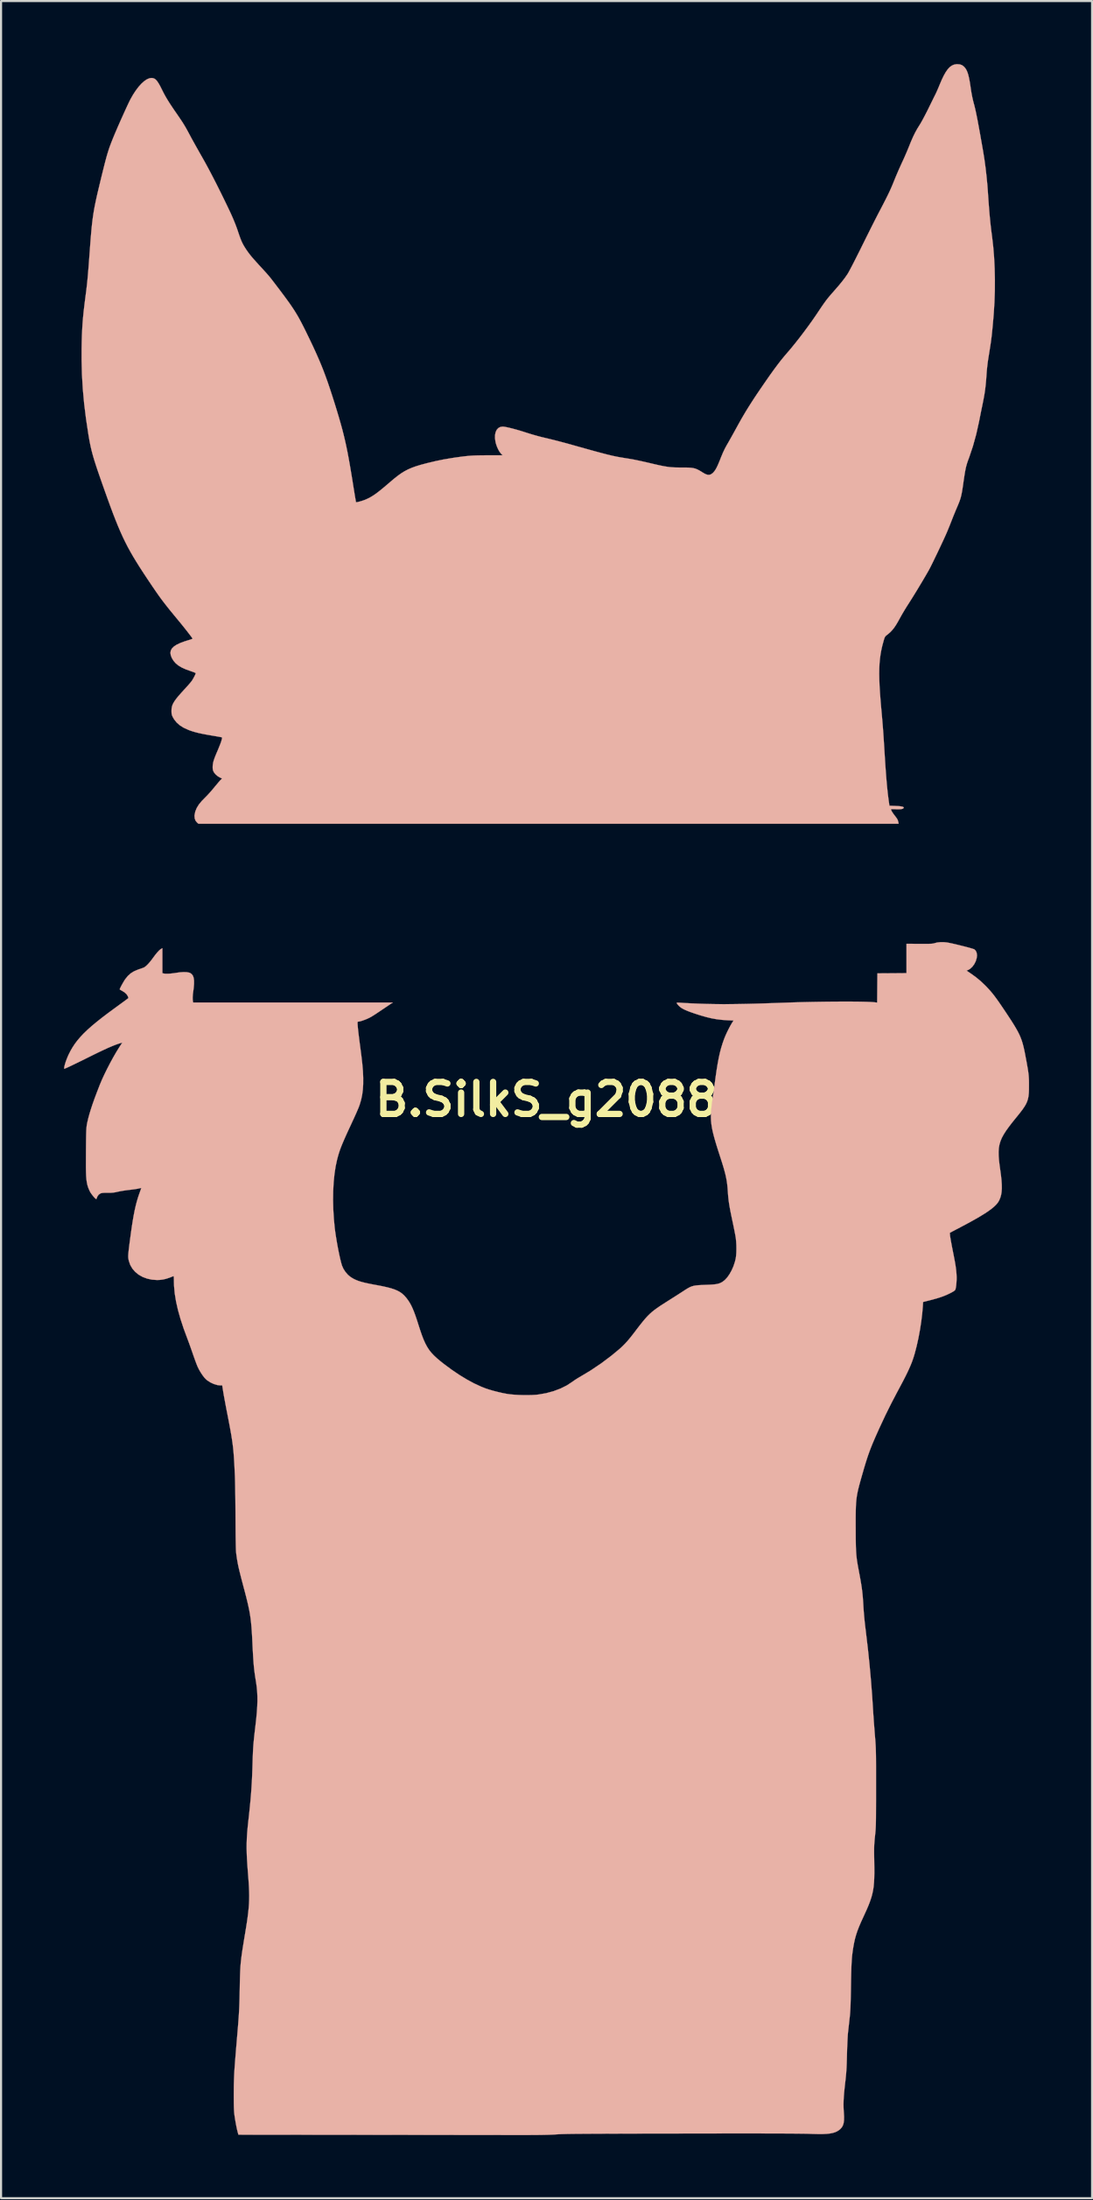
<source format=kicad_pcb>
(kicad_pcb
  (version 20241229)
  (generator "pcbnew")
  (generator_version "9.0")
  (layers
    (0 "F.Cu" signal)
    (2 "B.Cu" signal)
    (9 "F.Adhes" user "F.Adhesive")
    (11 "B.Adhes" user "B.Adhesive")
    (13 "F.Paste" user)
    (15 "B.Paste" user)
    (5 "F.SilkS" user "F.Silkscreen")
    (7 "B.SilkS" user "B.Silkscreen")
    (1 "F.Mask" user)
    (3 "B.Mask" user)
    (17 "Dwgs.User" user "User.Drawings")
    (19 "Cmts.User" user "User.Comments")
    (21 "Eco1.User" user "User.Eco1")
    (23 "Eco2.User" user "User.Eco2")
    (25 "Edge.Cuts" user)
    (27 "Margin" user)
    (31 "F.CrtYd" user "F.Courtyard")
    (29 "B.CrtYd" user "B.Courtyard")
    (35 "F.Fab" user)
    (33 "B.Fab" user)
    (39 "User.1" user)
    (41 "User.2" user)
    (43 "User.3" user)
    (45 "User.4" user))
  (footprint "B.SilkS_g2088"
    (layer "F.Cu")
    (at 22.97 49.281)
    (property "Reference" "B.SilkS_g2088" (at 0 0 0) (layer "F.SilkS") (effects (font (size 1.524 1.524) (thickness 0.3))))
    (attr through_hole)
    (fp_poly (pts (xy 19.688 -49.265) (xy 19.789 -49.229) (xy 19.877 -49.162) (xy 19.892 -49.147) (xy 19.95 -49.079) (xy 20 -48.997) (xy 20.044 -48.897) (xy 20.084 -48.774) (xy 20.12 -48.624) (xy 20.155 -48.443) (xy 20.189 -48.226) (xy 20.202 -48.133) (xy 20.237 -47.91) (xy 20.279 -47.691) (xy 20.325 -47.493) (xy 20.34 -47.438) (xy 20.366 -47.344) (xy 20.391 -47.245) (xy 20.416 -47.14) (xy 20.442 -47.024) (xy 20.469 -46.894) (xy 20.499 -46.747) (xy 20.532 -46.58) (xy 20.567 -46.39) (xy 20.607 -46.173) (xy 20.652 -45.927) (xy 20.701 -45.647) (xy 20.757 -45.33) (xy 20.796 -45.106) (xy 20.855 -44.738) (xy 20.909 -44.34) (xy 20.956 -43.926) (xy 20.996 -43.508) (xy 21.018 -43.212) (xy 21.039 -42.9) (xy 21.059 -42.624) (xy 21.078 -42.378) (xy 21.096 -42.157) (xy 21.115 -41.953) (xy 21.134 -41.761) (xy 21.154 -41.575) (xy 21.176 -41.389) (xy 21.201 -41.196) (xy 21.22 -41.053) (xy 21.274 -40.583) (xy 21.315 -40.082) (xy 21.341 -39.56) (xy 21.353 -39.024) (xy 21.35 -38.486) (xy 21.332 -37.953) (xy 21.3 -37.434) (xy 21.295 -37.37) (xy 21.272 -37.096) (xy 21.251 -36.858) (xy 21.231 -36.651) (xy 21.213 -36.47) (xy 21.195 -36.309) (xy 21.177 -36.163) (xy 21.158 -36.025) (xy 21.138 -35.89) (xy 21.135 -35.872) (xy 21.111 -35.721) (xy 21.084 -35.549) (xy 21.056 -35.376) (xy 21.032 -35.224) (xy 21.03 -35.21) (xy 21.009 -35.066) (xy 20.989 -34.898) (xy 20.971 -34.724) (xy 20.958 -34.562) (xy 20.955 -34.517) (xy 20.936 -34.246) (xy 20.913 -34.005) (xy 20.887 -33.78) (xy 20.854 -33.559) (xy 20.812 -33.33) (xy 20.773 -33.132) (xy 20.738 -32.961) (xy 20.699 -32.772) (xy 20.66 -32.578) (xy 20.624 -32.396) (xy 20.596 -32.255) (xy 20.463 -31.659) (xy 20.306 -31.091) (xy 20.126 -30.555) (xy 20.094 -30.471) (xy 20.053 -30.358) (xy 20.018 -30.25) (xy 19.987 -30.139) (xy 19.959 -30.02) (xy 19.933 -29.883) (xy 19.906 -29.721) (xy 19.877 -29.528) (xy 19.864 -29.443) (xy 19.835 -29.235) (xy 19.809 -29.063) (xy 19.785 -28.919) (xy 19.761 -28.797) (xy 19.736 -28.69) (xy 19.708 -28.59) (xy 19.675 -28.492) (xy 19.635 -28.388) (xy 19.587 -28.271) (xy 19.536 -28.152) (xy 19.482 -28.024) (xy 19.42 -27.873) (xy 19.356 -27.716) (xy 19.299 -27.57) (xy 19.286 -27.537) (xy 19.233 -27.402) (xy 19.175 -27.257) (xy 19.118 -27.118) (xy 19.068 -26.998) (xy 19.054 -26.966) (xy 19.007 -26.859) (xy 18.946 -26.726) (xy 18.876 -26.573) (xy 18.798 -26.406) (xy 18.715 -26.23) (xy 18.63 -26.051) (xy 18.545 -25.875) (xy 18.464 -25.707) (xy 18.389 -25.552) (xy 18.322 -25.417) (xy 18.267 -25.308) (xy 18.225 -25.229) (xy 18.215 -25.209) (xy 18.121 -25.045) (xy 18.012 -24.858) (xy 17.893 -24.656) (xy 17.768 -24.448) (xy 17.643 -24.24) (xy 17.521 -24.042) (xy 17.408 -23.859) (xy 17.308 -23.701) (xy 17.251 -23.611) (xy 17.162 -23.473) (xy 17.069 -23.322) (xy 16.978 -23.17) (xy 16.897 -23.03) (xy 16.838 -22.924) (xy 16.733 -22.733) (xy 16.638 -22.575) (xy 16.549 -22.444) (xy 16.46 -22.334) (xy 16.368 -22.238) (xy 16.266 -22.15) (xy 16.222 -22.115) (xy 16.174 -22.078) (xy 16.14 -22.045) (xy 16.115 -22.006) (xy 16.092 -21.953) (xy 16.067 -21.874) (xy 16.048 -21.806) (xy 15.992 -21.6) (xy 15.946 -21.396) (xy 15.909 -21.19) (xy 15.88 -20.977) (xy 15.859 -20.754) (xy 15.848 -20.517) (xy 15.844 -20.262) (xy 15.849 -19.984) (xy 15.861 -19.679) (xy 15.882 -19.345) (xy 15.91 -18.976) (xy 15.938 -18.648) (xy 15.959 -18.418) (xy 15.977 -18.217) (xy 15.992 -18.037) (xy 16.006 -17.87) (xy 16.019 -17.711) (xy 16.031 -17.55) (xy 16.043 -17.383) (xy 16.055 -17.201) (xy 16.068 -16.998) (xy 16.083 -16.766) (xy 16.098 -16.521) (xy 16.121 -16.151) (xy 16.143 -15.819) (xy 16.165 -15.521) (xy 16.186 -15.252) (xy 16.207 -15.008) (xy 16.229 -14.785) (xy 16.251 -14.577) (xy 16.275 -14.382) (xy 16.3 -14.194) (xy 16.305 -14.161) (xy 16.331 -13.981) (xy 16.627 -13.969) (xy 16.779 -13.961) (xy 16.891 -13.949) (xy 16.965 -13.932) (xy 17.005 -13.91) (xy 17.013 -13.882) (xy 17.012 -13.879) (xy 16.979 -13.844) (xy 16.906 -13.821) (xy 16.796 -13.811) (xy 16.648 -13.813) (xy 16.632 -13.814) (xy 16.539 -13.818) (xy 16.465 -13.819) (xy 16.417 -13.817) (xy 16.404 -13.813) (xy 16.418 -13.765) (xy 16.455 -13.693) (xy 16.511 -13.608) (xy 16.573 -13.525) (xy 16.645 -13.432) (xy 16.695 -13.36) (xy 16.727 -13.298) (xy 16.746 -13.238) (xy 16.754 -13.202) (xy 16.769 -13.123) (xy -16.57 -13.123) (xy -16.634 -13.177) (xy -16.705 -13.263) (xy -16.748 -13.374) (xy -16.759 -13.5) (xy -16.756 -13.536) (xy -16.721 -13.706) (xy -16.653 -13.872) (xy -16.551 -14.038) (xy -16.412 -14.207) (xy -16.285 -14.336) (xy -16.198 -14.424) (xy -16.095 -14.533) (xy -15.988 -14.652) (xy -15.887 -14.77) (xy -15.848 -14.817) (xy -15.765 -14.918) (xy -15.684 -15.014) (xy -15.613 -15.099) (xy -15.557 -15.163) (xy -15.531 -15.19) (xy -15.447 -15.278) (xy -15.543 -15.321) (xy -15.646 -15.381) (xy -15.743 -15.461) (xy -15.821 -15.552) (xy -15.866 -15.633) (xy -15.888 -15.711) (xy -15.894 -15.801) (xy -15.891 -15.88) (xy -15.883 -15.959) (xy -15.869 -16.039) (xy -15.846 -16.126) (xy -15.812 -16.226) (xy -15.766 -16.348) (xy -15.705 -16.495) (xy -15.65 -16.623) (xy -15.6 -16.743) (xy -15.552 -16.863) (xy -15.511 -16.97) (xy -15.482 -17.055) (xy -15.474 -17.083) (xy -15.454 -17.158) (xy -15.445 -17.203) (xy -15.449 -17.226) (xy -15.463 -17.237) (xy -15.469 -17.239) (xy -15.5 -17.245) (xy -15.566 -17.258) (xy -15.66 -17.275) (xy -15.776 -17.295) (xy -15.906 -17.317) (xy -15.948 -17.324) (xy -16.188 -17.366) (xy -16.392 -17.405) (xy -16.567 -17.443) (xy -16.72 -17.482) (xy -16.857 -17.522) (xy -16.986 -17.566) (xy -17.046 -17.589) (xy -17.271 -17.691) (xy -17.458 -17.808) (xy -17.611 -17.943) (xy -17.732 -18.096) (xy -17.784 -18.186) (xy -17.819 -18.258) (xy -17.84 -18.318) (xy -17.85 -18.382) (xy -17.854 -18.467) (xy -17.854 -18.5) (xy -17.85 -18.595) (xy -17.836 -18.686) (xy -17.809 -18.774) (xy -17.766 -18.866) (xy -17.706 -18.965) (xy -17.625 -19.077) (xy -17.52 -19.205) (xy -17.39 -19.353) (xy -17.26 -19.496) (xy -17.165 -19.599) (xy -17.076 -19.698) (xy -16.998 -19.788) (xy -16.936 -19.861) (xy -16.898 -19.909) (xy -16.897 -19.911) (xy -16.854 -19.975) (xy -16.808 -20.054) (xy -16.764 -20.135) (xy -16.728 -20.21) (xy -16.706 -20.266) (xy -16.701 -20.289) (xy -16.719 -20.303) (xy -16.771 -20.327) (xy -16.848 -20.357) (xy -16.942 -20.389) (xy -16.949 -20.392) (xy -17.18 -20.475) (xy -17.373 -20.563) (xy -17.532 -20.659) (xy -17.66 -20.766) (xy -17.763 -20.887) (xy -17.84 -21.017) (xy -17.889 -21.144) (xy -17.905 -21.261) (xy -17.887 -21.368) (xy -17.832 -21.467) (xy -17.74 -21.558) (xy -17.61 -21.644) (xy -17.44 -21.725) (xy -17.23 -21.803) (xy -17.087 -21.848) (xy -16.994 -21.876) (xy -16.918 -21.901) (xy -16.867 -21.92) (xy -16.849 -21.93) (xy -16.862 -21.954) (xy -16.898 -22.007) (xy -16.956 -22.084) (xy -17.032 -22.183) (xy -17.122 -22.299) (xy -17.224 -22.428) (xy -17.335 -22.566) (xy -17.452 -22.71) (xy -17.571 -22.855) (xy -17.61 -22.902) (xy -17.78 -23.108) (xy -17.929 -23.29) (xy -18.061 -23.455) (xy -18.182 -23.61) (xy -18.297 -23.76) (xy -18.408 -23.911) (xy -18.522 -24.071) (xy -18.642 -24.244) (xy -18.774 -24.437) (xy -18.922 -24.657) (xy -19.008 -24.786) (xy -19.198 -25.074) (xy -19.371 -25.341) (xy -19.529 -25.593) (xy -19.675 -25.834) (xy -19.809 -26.067) (xy -19.936 -26.298) (xy -20.055 -26.531) (xy -20.171 -26.77) (xy -20.284 -27.02) (xy -20.397 -27.284) (xy -20.512 -27.568) (xy -20.632 -27.875) (xy -20.757 -28.21) (xy -20.891 -28.577) (xy -21.019 -28.935) (xy -21.134 -29.259) (xy -21.235 -29.547) (xy -21.324 -29.803) (xy -21.402 -30.032) (xy -21.469 -30.237) (xy -21.528 -30.422) (xy -21.578 -30.591) (xy -21.622 -30.748) (xy -21.661 -30.898) (xy -21.695 -31.043) (xy -21.726 -31.188) (xy -21.756 -31.338) (xy -21.784 -31.495) (xy -21.811 -31.655) (xy -21.924 -32.401) (xy -22.013 -33.12) (xy -22.077 -33.822) (xy -22.118 -34.514) (xy -22.135 -35.204) (xy -22.134 -35.729) (xy -22.128 -36.064) (xy -22.119 -36.368) (xy -22.106 -36.65) (xy -22.09 -36.92) (xy -22.068 -37.189) (xy -22.041 -37.466) (xy -22.007 -37.76) (xy -21.967 -38.083) (xy -21.949 -38.216) (xy -21.928 -38.38) (xy -21.908 -38.533) (xy -21.891 -38.681) (xy -21.874 -38.83) (xy -21.858 -38.985) (xy -21.843 -39.15) (xy -21.827 -39.331) (xy -21.81 -39.533) (xy -21.792 -39.761) (xy -21.773 -40.021) (xy -21.751 -40.317) (xy -21.748 -40.354) (xy -21.724 -40.685) (xy -21.701 -40.98) (xy -21.679 -41.243) (xy -21.657 -41.482) (xy -21.634 -41.701) (xy -21.609 -41.906) (xy -21.581 -42.103) (xy -21.55 -42.297) (xy -21.514 -42.495) (xy -21.472 -42.701) (xy -21.425 -42.922) (xy -21.37 -43.164) (xy -21.306 -43.431) (xy -21.234 -43.73) (xy -21.187 -43.925) (xy -21.122 -44.188) (xy -21.065 -44.416) (xy -21.015 -44.612) (xy -20.97 -44.782) (xy -20.928 -44.932) (xy -20.888 -45.067) (xy -20.849 -45.191) (xy -20.809 -45.31) (xy -20.765 -45.43) (xy -20.718 -45.554) (xy -20.669 -45.678) (xy -20.616 -45.809) (xy -20.55 -45.967) (xy -20.474 -46.144) (xy -20.392 -46.334) (xy -20.305 -46.532) (xy -20.216 -46.731) (xy -20.128 -46.926) (xy -20.044 -47.11) (xy -19.967 -47.278) (xy -19.899 -47.423) (xy -19.842 -47.539) (xy -19.811 -47.601) (xy -19.684 -47.825) (xy -19.552 -48.027) (xy -19.417 -48.204) (xy -19.282 -48.353) (xy -19.149 -48.472) (xy -19.021 -48.558) (xy -18.9 -48.607) (xy -18.813 -48.62) (xy -18.737 -48.613) (xy -18.669 -48.588) (xy -18.605 -48.543) (xy -18.541 -48.473) (xy -18.474 -48.374) (xy -18.399 -48.243) (xy -18.322 -48.091) (xy -18.252 -47.951) (xy -18.183 -47.82) (xy -18.11 -47.691) (xy -18.031 -47.558) (xy -17.941 -47.415) (xy -17.836 -47.256) (xy -17.712 -47.072) (xy -17.614 -46.931) (xy -17.503 -46.77) (xy -17.412 -46.634) (xy -17.334 -46.517) (xy -17.267 -46.41) (xy -17.204 -46.305) (xy -17.14 -46.193) (xy -17.07 -46.066) (xy -16.99 -45.916) (xy -16.973 -45.885) (xy -16.915 -45.776) (xy -16.839 -45.638) (xy -16.751 -45.479) (xy -16.654 -45.306) (xy -16.553 -45.127) (xy -16.453 -44.949) (xy -16.397 -44.852) (xy -16.242 -44.576) (xy -16.074 -44.266) (xy -15.897 -43.929) (xy -15.714 -43.572) (xy -15.534 -43.212) (xy -15.396 -42.932) (xy -15.276 -42.686) (xy -15.172 -42.469) (xy -15.081 -42.278) (xy -15.002 -42.107) (xy -14.934 -41.952) (xy -14.874 -41.811) (xy -14.82 -41.677) (xy -14.771 -41.548) (xy -14.724 -41.419) (xy -14.679 -41.285) (xy -14.677 -41.278) (xy -14.617 -41.104) (xy -14.565 -40.962) (xy -14.516 -40.842) (xy -14.466 -40.737) (xy -14.411 -40.636) (xy -14.347 -40.532) (xy -14.312 -40.478) (xy -14.248 -40.384) (xy -14.183 -40.294) (xy -14.113 -40.202) (xy -14.032 -40.103) (xy -13.936 -39.992) (xy -13.821 -39.863) (xy -13.683 -39.711) (xy -13.636 -39.66) (xy -13.514 -39.528) (xy -13.416 -39.42) (xy -13.335 -39.331) (xy -13.267 -39.254) (xy -13.206 -39.182) (xy -13.146 -39.109) (xy -13.083 -39.029) (xy -13.01 -38.934) (xy -12.922 -38.819) (xy -12.866 -38.746) (xy -12.677 -38.497) (xy -12.512 -38.277) (xy -12.367 -38.08) (xy -12.239 -37.903) (xy -12.126 -37.739) (xy -12.024 -37.585) (xy -11.93 -37.436) (xy -11.841 -37.287) (xy -11.755 -37.133) (xy -11.668 -36.97) (xy -11.577 -36.793) (xy -11.479 -36.597) (xy -11.448 -36.534) (xy -11.276 -36.18) (xy -11.121 -35.855) (xy -10.982 -35.552) (xy -10.855 -35.265) (xy -10.737 -34.987) (xy -10.626 -34.71) (xy -10.52 -34.427) (xy -10.414 -34.133) (xy -10.308 -33.819) (xy -10.197 -33.48) (xy -10.079 -33.108) (xy -10.055 -33.031) (xy -9.958 -32.715) (xy -9.871 -32.422) (xy -9.792 -32.146) (xy -9.719 -31.88) (xy -9.653 -31.62) (xy -9.591 -31.359) (xy -9.532 -31.092) (xy -9.475 -30.813) (xy -9.419 -30.517) (xy -9.362 -30.197) (xy -9.303 -29.849) (xy -9.24 -29.467) (xy -9.218 -29.326) (xy -9.188 -29.138) (xy -9.159 -28.962) (xy -9.134 -28.804) (xy -9.111 -28.669) (xy -9.092 -28.559) (xy -9.078 -28.48) (xy -9.07 -28.436) (xy -9.068 -28.428) (xy -9.041 -28.426) (xy -8.983 -28.437) (xy -8.904 -28.456) (xy -8.813 -28.482) (xy -8.719 -28.513) (xy -8.631 -28.545) (xy -8.588 -28.563) (xy -8.483 -28.612) (xy -8.379 -28.667) (xy -8.272 -28.731) (xy -8.158 -28.807) (xy -8.034 -28.898) (xy -7.894 -29.008) (xy -7.734 -29.14) (xy -7.55 -29.296) (xy -7.441 -29.39) (xy -7.251 -29.55) (xy -7.078 -29.687) (xy -6.915 -29.803) (xy -6.754 -29.903) (xy -6.59 -29.989) (xy -6.414 -30.065) (xy -6.221 -30.135) (xy -6.003 -30.202) (xy -5.752 -30.269) (xy -5.63 -30.3) (xy -5.255 -30.389) (xy -4.892 -30.463) (xy -4.521 -30.526) (xy -4.339 -30.554) (xy -4.13 -30.583) (xy -3.946 -30.607) (xy -3.778 -30.625) (xy -3.616 -30.639) (xy -3.45 -30.649) (xy -3.273 -30.655) (xy -3.074 -30.658) (xy -2.845 -30.66) (xy -2.773 -30.66) (xy -2.085 -30.66) (xy -2.163 -30.738) (xy -2.231 -30.824) (xy -2.298 -30.941) (xy -2.359 -31.078) (xy -2.407 -31.222) (xy -2.424 -31.293) (xy -2.45 -31.468) (xy -2.448 -31.625) (xy -2.42 -31.761) (xy -2.368 -31.873) (xy -2.293 -31.956) (xy -2.197 -32.008) (xy -2.087 -32.025) (xy -2.013 -32.019) (xy -1.905 -32) (xy -1.77 -31.97) (xy -1.615 -31.932) (xy -1.445 -31.886) (xy -1.268 -31.835) (xy -1.132 -31.793) (xy -0.921 -31.726) (xy -0.741 -31.67) (xy -0.581 -31.623) (xy -0.432 -31.581) (xy -0.285 -31.542) (xy -0.129 -31.504) (xy 0.044 -31.463) (xy 0.078 -31.455) (xy 0.221 -31.42) (xy 0.395 -31.377) (xy 0.588 -31.327) (xy 0.792 -31.273) (xy 0.995 -31.219) (xy 1.188 -31.165) (xy 1.219 -31.156) (xy 1.553 -31.062) (xy 1.85 -30.979) (xy 2.113 -30.906) (xy 2.345 -30.842) (xy 2.549 -30.787) (xy 2.729 -30.74) (xy 2.887 -30.699) (xy 3.028 -30.665) (xy 3.154 -30.635) (xy 3.269 -30.611) (xy 3.375 -30.589) (xy 3.476 -30.571) (xy 3.556 -30.557) (xy 3.66 -30.54) (xy 3.788 -30.519) (xy 3.924 -30.497) (xy 4.032 -30.479) (xy 4.13 -30.462) (xy 4.259 -30.436) (xy 4.411 -30.404) (xy 4.577 -30.368) (xy 4.747 -30.33) (xy 4.879 -30.299) (xy 5.109 -30.245) (xy 5.305 -30.2) (xy 5.472 -30.164) (xy 5.617 -30.136) (xy 5.747 -30.115) (xy 5.867 -30.099) (xy 5.985 -30.089) (xy 6.105 -30.082) (xy 6.236 -30.079) (xy 6.383 -30.078) (xy 6.422 -30.078) (xy 6.611 -30.078) (xy 6.765 -30.074) (xy 6.892 -30.065) (xy 6.999 -30.049) (xy 7.092 -30.025) (xy 7.18 -29.99) (xy 7.271 -29.944) (xy 7.37 -29.885) (xy 7.431 -29.846) (xy 7.557 -29.773) (xy 7.663 -29.734) (xy 7.755 -29.729) (xy 7.839 -29.757) (xy 7.921 -29.819) (xy 7.955 -29.854) (xy 8.003 -29.912) (xy 8.05 -29.98) (xy 8.097 -30.063) (xy 8.148 -30.168) (xy 8.205 -30.299) (xy 8.272 -30.462) (xy 8.311 -30.563) (xy 8.402 -30.781) (xy 8.498 -30.983) (xy 8.592 -31.156) (xy 8.593 -31.157) (xy 8.643 -31.242) (xy 8.708 -31.357) (xy 8.785 -31.493) (xy 8.868 -31.642) (xy 8.954 -31.797) (xy 9.033 -31.941) (xy 9.157 -32.166) (xy 9.274 -32.375) (xy 9.389 -32.573) (xy 9.504 -32.766) (xy 9.624 -32.96) (xy 9.751 -33.16) (xy 9.889 -33.373) (xy 10.042 -33.603) (xy 10.214 -33.856) (xy 10.386 -34.106) (xy 10.608 -34.426) (xy 10.812 -34.711) (xy 10.998 -34.962) (xy 11.168 -35.182) (xy 11.324 -35.373) (xy 11.421 -35.486) (xy 11.617 -35.715) (xy 11.828 -35.972) (xy 12.048 -36.251) (xy 12.27 -36.543) (xy 12.489 -36.839) (xy 12.698 -37.132) (xy 12.891 -37.414) (xy 12.926 -37.467) (xy 13.043 -37.642) (xy 13.142 -37.788) (xy 13.23 -37.913) (xy 13.311 -38.024) (xy 13.391 -38.127) (xy 13.476 -38.23) (xy 13.57 -38.34) (xy 13.68 -38.465) (xy 13.694 -38.481) (xy 13.894 -38.71) (xy 14.064 -38.915) (xy 14.207 -39.101) (xy 14.325 -39.27) (xy 14.34 -39.293) (xy 14.372 -39.346) (xy 14.42 -39.434) (xy 14.483 -39.551) (xy 14.558 -39.694) (xy 14.643 -39.859) (xy 14.736 -40.042) (xy 14.835 -40.239) (xy 14.939 -40.445) (xy 15.028 -40.626) (xy 15.138 -40.847) (xy 15.247 -41.068) (xy 15.356 -41.285) (xy 15.459 -41.492) (xy 15.556 -41.685) (xy 15.644 -41.858) (xy 15.72 -42.007) (xy 15.781 -42.126) (xy 15.812 -42.185) (xy 15.939 -42.428) (xy 16.049 -42.639) (xy 16.143 -42.823) (xy 16.224 -42.984) (xy 16.294 -43.128) (xy 16.357 -43.261) (xy 16.413 -43.386) (xy 16.466 -43.509) (xy 16.518 -43.635) (xy 16.552 -43.72) (xy 16.619 -43.884) (xy 16.697 -44.069) (xy 16.779 -44.258) (xy 16.859 -44.437) (xy 16.923 -44.577) (xy 16.993 -44.728) (xy 17.067 -44.893) (xy 17.139 -45.059) (xy 17.204 -45.213) (xy 17.251 -45.328) (xy 17.358 -45.593) (xy 17.46 -45.824) (xy 17.56 -46.028) (xy 17.662 -46.212) (xy 17.758 -46.366) (xy 17.809 -46.449) (xy 17.874 -46.562) (xy 17.948 -46.698) (xy 18.027 -46.848) (xy 18.108 -47.004) (xy 18.175 -47.138) (xy 18.248 -47.287) (xy 18.319 -47.432) (xy 18.386 -47.567) (xy 18.443 -47.684) (xy 18.489 -47.776) (xy 18.52 -47.837) (xy 18.559 -47.919) (xy 18.608 -48.027) (xy 18.66 -48.147) (xy 18.709 -48.265) (xy 18.711 -48.271) (xy 18.815 -48.517) (xy 18.914 -48.724) (xy 19.01 -48.894) (xy 19.105 -49.03) (xy 19.2 -49.133) (xy 19.299 -49.207) (xy 19.402 -49.253) (xy 19.513 -49.274) (xy 19.563 -49.276) (xy 19.688 -49.265)) (stroke (width 0.01) (type solid)) (fill yes) (layer "B.SilkS"))
    (fp_poly (pts (xy 18.923 -7.486) (xy 19.056 -7.474) (xy 19.131 -7.461) (xy 19.233 -7.441) (xy 19.357 -7.414) (xy 19.496 -7.382) (xy 19.644 -7.346) (xy 19.793 -7.309) (xy 19.939 -7.272) (xy 20.074 -7.237) (xy 20.192 -7.204) (xy 20.286 -7.176) (xy 20.351 -7.155) (xy 20.376 -7.144) (xy 20.443 -7.075) (xy 20.485 -6.979) (xy 20.501 -6.862) (xy 20.488 -6.737) (xy 20.442 -6.583) (xy 20.371 -6.44) (xy 20.281 -6.317) (xy 20.177 -6.22) (xy 20.091 -6.169) (xy 20.005 -6.131) (xy 20.216 -5.988) (xy 20.456 -5.814) (xy 20.676 -5.632) (xy 20.891 -5.428) (xy 20.96 -5.358) (xy 21.053 -5.258) (xy 21.141 -5.16) (xy 21.228 -5.057) (xy 21.316 -4.946) (xy 21.41 -4.82) (xy 21.513 -4.677) (xy 21.629 -4.509) (xy 21.761 -4.314) (xy 21.846 -4.188) (xy 22.006 -3.946) (xy 22.145 -3.734) (xy 22.263 -3.546) (xy 22.363 -3.378) (xy 22.448 -3.225) (xy 22.52 -3.081) (xy 22.58 -2.942) (xy 22.632 -2.802) (xy 22.677 -2.657) (xy 22.717 -2.502) (xy 22.756 -2.331) (xy 22.794 -2.141) (xy 22.816 -2.021) (xy 22.857 -1.806) (xy 22.889 -1.625) (xy 22.916 -1.474) (xy 22.936 -1.344) (xy 22.951 -1.232) (xy 22.962 -1.129) (xy 22.969 -1.029) (xy 22.974 -0.927) (xy 22.976 -0.815) (xy 22.976 -0.688) (xy 22.976 -0.646) (xy 22.975 -0.458) (xy 22.968 -0.297) (xy 22.953 -0.155) (xy 22.928 -0.028) (xy 22.891 0.091) (xy 22.839 0.209) (xy 22.769 0.331) (xy 22.679 0.464) (xy 22.566 0.613) (xy 22.429 0.785) (xy 22.37 0.857) (xy 22.18 1.092) (xy 22.019 1.302) (xy 21.883 1.491) (xy 21.772 1.666) (xy 21.683 1.83) (xy 21.617 1.99) (xy 21.57 2.149) (xy 21.541 2.314) (xy 21.529 2.49) (xy 21.532 2.681) (xy 21.548 2.893) (xy 21.576 3.131) (xy 21.603 3.321) (xy 21.641 3.6) (xy 21.667 3.843) (xy 21.681 4.055) (xy 21.683 4.239) (xy 21.672 4.4) (xy 21.649 4.542) (xy 21.613 4.67) (xy 21.564 4.789) (xy 21.543 4.831) (xy 21.486 4.92) (xy 21.408 5.013) (xy 21.306 5.111) (xy 21.178 5.216) (xy 21.023 5.328) (xy 20.838 5.449) (xy 20.622 5.581) (xy 20.372 5.725) (xy 20.087 5.882) (xy 19.791 6.04) (xy 19.209 6.346) (xy 19.215 6.459) (xy 19.22 6.509) (xy 19.234 6.593) (xy 19.253 6.707) (xy 19.278 6.843) (xy 19.306 6.994) (xy 19.338 7.156) (xy 19.346 7.197) (xy 19.389 7.414) (xy 19.424 7.597) (xy 19.453 7.751) (xy 19.475 7.883) (xy 19.492 8) (xy 19.506 8.108) (xy 19.516 8.212) (xy 19.525 8.321) (xy 19.527 8.361) (xy 19.531 8.473) (xy 19.529 8.599) (xy 19.521 8.727) (xy 19.51 8.849) (xy 19.495 8.953) (xy 19.477 9.03) (xy 19.468 9.056) (xy 19.44 9.091) (xy 19.384 9.133) (xy 19.295 9.184) (xy 19.208 9.229) (xy 19.067 9.296) (xy 18.923 9.356) (xy 18.768 9.412) (xy 18.593 9.467) (xy 18.39 9.524) (xy 18.253 9.559) (xy 17.934 9.64) (xy 17.921 9.852) (xy 17.891 10.203) (xy 17.845 10.578) (xy 17.785 10.965) (xy 17.713 11.351) (xy 17.631 11.722) (xy 17.542 12.066) (xy 17.533 12.097) (xy 17.491 12.239) (xy 17.445 12.377) (xy 17.395 12.516) (xy 17.337 12.66) (xy 17.27 12.813) (xy 17.193 12.979) (xy 17.102 13.164) (xy 16.997 13.37) (xy 16.874 13.603) (xy 16.733 13.867) (xy 16.686 13.955) (xy 16.414 14.474) (xy 16.142 15.023) (xy 15.869 15.606) (xy 15.7 15.981) (xy 15.609 16.19) (xy 15.527 16.382) (xy 15.454 16.563) (xy 15.386 16.74) (xy 15.322 16.92) (xy 15.258 17.11) (xy 15.193 17.317) (xy 15.124 17.546) (xy 15.049 17.806) (xy 14.997 17.987) (xy 14.942 18.183) (xy 14.895 18.356) (xy 14.855 18.511) (xy 14.822 18.654) (xy 14.795 18.789) (xy 14.773 18.922) (xy 14.756 19.058) (xy 14.743 19.203) (xy 14.735 19.36) (xy 14.729 19.537) (xy 14.726 19.737) (xy 14.724 19.966) (xy 14.724 20.229) (xy 14.725 20.394) (xy 14.726 20.667) (xy 14.727 20.903) (xy 14.73 21.107) (xy 14.734 21.285) (xy 14.74 21.441) (xy 14.748 21.582) (xy 14.758 21.711) (xy 14.772 21.835) (xy 14.788 21.959) (xy 14.809 22.088) (xy 14.833 22.227) (xy 14.862 22.381) (xy 14.871 22.427) (xy 14.917 22.673) (xy 14.956 22.886) (xy 14.987 23.072) (xy 15.013 23.239) (xy 15.033 23.395) (xy 15.05 23.548) (xy 15.064 23.704) (xy 15.076 23.871) (xy 15.082 23.961) (xy 15.093 24.152) (xy 15.104 24.318) (xy 15.116 24.467) (xy 15.128 24.61) (xy 15.142 24.754) (xy 15.158 24.909) (xy 15.178 25.082) (xy 15.203 25.284) (xy 15.219 25.421) (xy 15.307 26.165) (xy 15.383 26.895) (xy 15.449 27.626) (xy 15.507 28.371) (xy 15.557 29.144) (xy 15.557 29.157) (xy 15.565 29.277) (xy 15.576 29.43) (xy 15.588 29.606) (xy 15.603 29.798) (xy 15.618 29.994) (xy 15.633 30.187) (xy 15.637 30.237) (xy 15.647 30.36) (xy 15.656 30.471) (xy 15.664 30.574) (xy 15.67 30.672) (xy 15.676 30.768) (xy 15.681 30.868) (xy 15.684 30.974) (xy 15.687 31.089) (xy 15.69 31.218) (xy 15.692 31.365) (xy 15.693 31.532) (xy 15.694 31.724) (xy 15.694 31.943) (xy 15.694 32.195) (xy 15.694 32.482) (xy 15.694 32.766) (xy 15.694 33.088) (xy 15.694 33.371) (xy 15.693 33.619) (xy 15.692 33.834) (xy 15.691 34.02) (xy 15.69 34.181) (xy 15.688 34.319) (xy 15.686 34.439) (xy 15.683 34.542) (xy 15.679 34.634) (xy 15.675 34.716) (xy 15.67 34.793) (xy 15.663 34.867) (xy 15.656 34.943) (xy 15.648 35.023) (xy 15.644 35.063) (xy 15.63 35.195) (xy 15.62 35.309) (xy 15.612 35.414) (xy 15.606 35.516) (xy 15.603 35.623) (xy 15.602 35.743) (xy 15.602 35.883) (xy 15.604 36.05) (xy 15.608 36.248) (xy 15.612 36.552) (xy 15.613 36.82) (xy 15.608 37.057) (xy 15.597 37.27) (xy 15.579 37.464) (xy 15.552 37.645) (xy 15.515 37.818) (xy 15.468 37.991) (xy 15.408 38.168) (xy 15.336 38.356) (xy 15.249 38.56) (xy 15.146 38.787) (xy 15.083 38.924) (xy 14.972 39.166) (xy 14.881 39.38) (xy 14.806 39.574) (xy 14.745 39.758) (xy 14.694 39.939) (xy 14.652 40.125) (xy 14.617 40.312) (xy 14.596 40.441) (xy 14.578 40.564) (xy 14.562 40.685) (xy 14.549 40.81) (xy 14.538 40.944) (xy 14.529 41.091) (xy 14.521 41.256) (xy 14.515 41.444) (xy 14.509 41.66) (xy 14.504 41.908) (xy 14.499 42.194) (xy 14.499 42.196) (xy 14.495 42.465) (xy 14.49 42.697) (xy 14.485 42.897) (xy 14.48 43.068) (xy 14.475 43.215) (xy 14.468 43.344) (xy 14.461 43.459) (xy 14.452 43.565) (xy 14.442 43.666) (xy 14.437 43.709) (xy 14.42 43.861) (xy 14.402 44.026) (xy 14.384 44.187) (xy 14.368 44.329) (xy 14.36 44.397) (xy 14.351 44.492) (xy 14.343 44.621) (xy 14.334 44.779) (xy 14.326 44.956) (xy 14.318 45.147) (xy 14.312 45.343) (xy 14.309 45.466) (xy 14.303 45.694) (xy 14.297 45.889) (xy 14.29 46.057) (xy 14.281 46.209) (xy 14.271 46.352) (xy 14.258 46.494) (xy 14.242 46.644) (xy 14.227 46.778) (xy 14.197 47.043) (xy 14.174 47.273) (xy 14.158 47.475) (xy 14.148 47.656) (xy 14.144 47.822) (xy 14.146 47.981) (xy 14.154 48.138) (xy 14.16 48.22) (xy 14.171 48.419) (xy 14.168 48.584) (xy 14.151 48.718) (xy 14.117 48.83) (xy 14.065 48.923) (xy 13.994 49.004) (xy 13.934 49.053) (xy 13.848 49.11) (xy 13.749 49.156) (xy 13.634 49.191) (xy 13.497 49.218) (xy 13.336 49.235) (xy 13.147 49.244) (xy 12.925 49.244) (xy 12.666 49.238) (xy 12.562 49.234) (xy 12.483 49.231) (xy 12.379 49.228) (xy 12.251 49.226) (xy 12.097 49.224) (xy 11.916 49.222) (xy 11.707 49.22) (xy 11.469 49.219) (xy 11.2 49.217) (xy 10.901 49.216) (xy 10.569 49.216) (xy 10.203 49.215) (xy 9.803 49.215) (xy 9.368 49.215) (xy 8.896 49.215) (xy 8.386 49.215) (xy 7.837 49.216) (xy 7.249 49.216) (xy 6.619 49.217) (xy 6.466 49.218) (xy 5.883 49.219) (xy 5.34 49.219) (xy 4.836 49.22) (xy 4.37 49.221) (xy 3.939 49.222) (xy 3.543 49.223) (xy 3.18 49.225) (xy 2.848 49.226) (xy 2.545 49.227) (xy 2.27 49.228) (xy 2.021 49.23) (xy 1.797 49.231) (xy 1.596 49.233) (xy 1.417 49.234) (xy 1.257 49.236) (xy 1.116 49.238) (xy 0.992 49.24) (xy 0.882 49.243) (xy 0.786 49.245) (xy 0.701 49.248) (xy 0.627 49.251) (xy 0.562 49.254) (xy 0.503 49.258) (xy 0.466 49.26) (xy 0.378 49.266) (xy 0.287 49.271) (xy 0.187 49.275) (xy 0.076 49.279) (xy -0.047 49.282) (xy -0.188 49.285) (xy -0.348 49.287) (xy -0.53 49.289) (xy -0.738 49.29) (xy -0.974 49.291) (xy -1.241 49.291) (xy -1.542 49.291) (xy -1.88 49.291) (xy -2.18 49.29) (xy -2.408 49.29) (xy -2.675 49.289) (xy -2.979 49.289) (xy -3.316 49.289) (xy -3.684 49.288) (xy -4.078 49.288) (xy -4.498 49.287) (xy -4.938 49.286) (xy -5.397 49.286) (xy -5.872 49.285) (xy -6.359 49.285) (xy -6.855 49.284) (xy -7.358 49.284) (xy -7.865 49.283) (xy -8.371 49.282) (xy -8.876 49.282) (xy -9.375 49.281) (xy -9.508 49.281) (xy -14.666 49.276) (xy -14.698 49.165) (xy -14.729 49.044) (xy -14.762 48.891) (xy -14.795 48.718) (xy -14.827 48.533) (xy -14.852 48.366) (xy -14.863 48.281) (xy -14.872 48.192) (xy -14.878 48.093) (xy -14.883 47.978) (xy -14.886 47.841) (xy -14.888 47.677) (xy -14.889 47.479) (xy -14.889 47.36) (xy -14.888 47.174) (xy -14.887 47.002) (xy -14.884 46.838) (xy -14.879 46.678) (xy -14.873 46.516) (xy -14.865 46.347) (xy -14.854 46.166) (xy -14.84 45.967) (xy -14.823 45.746) (xy -14.803 45.496) (xy -14.78 45.213) (xy -14.762 45) (xy -14.736 44.697) (xy -14.714 44.432) (xy -14.694 44.199) (xy -14.678 43.995) (xy -14.664 43.813) (xy -14.652 43.65) (xy -14.643 43.501) (xy -14.635 43.36) (xy -14.628 43.224) (xy -14.623 43.088) (xy -14.618 42.946) (xy -14.614 42.795) (xy -14.61 42.628) (xy -14.607 42.443) (xy -14.605 42.355) (xy -14.6 42.094) (xy -14.595 41.867) (xy -14.589 41.668) (xy -14.582 41.488) (xy -14.573 41.324) (xy -14.562 41.168) (xy -14.547 41.014) (xy -14.529 40.855) (xy -14.507 40.687) (xy -14.48 40.502) (xy -14.447 40.294) (xy -14.409 40.058) (xy -14.364 39.786) (xy -14.361 39.769) (xy -14.309 39.455) (xy -14.265 39.176) (xy -14.229 38.926) (xy -14.201 38.7) (xy -14.179 38.49) (xy -14.164 38.292) (xy -14.156 38.098) (xy -14.153 37.903) (xy -14.157 37.7) (xy -14.166 37.484) (xy -14.18 37.248) (xy -14.199 36.986) (xy -14.215 36.788) (xy -14.24 36.456) (xy -14.259 36.158) (xy -14.271 35.886) (xy -14.276 35.632) (xy -14.274 35.388) (xy -14.265 35.146) (xy -14.249 34.898) (xy -14.226 34.636) (xy -14.197 34.364) (xy -14.156 33.998) (xy -14.122 33.665) (xy -14.092 33.358) (xy -14.067 33.066) (xy -14.047 32.782) (xy -14.029 32.498) (xy -14.015 32.204) (xy -14.003 31.892) (xy -13.992 31.554) (xy -13.992 31.549) (xy -13.986 31.343) (xy -13.979 31.162) (xy -13.972 31) (xy -13.963 30.847) (xy -13.952 30.697) (xy -13.938 30.541) (xy -13.921 30.372) (xy -13.9 30.182) (xy -13.875 29.963) (xy -13.855 29.798) (xy -13.817 29.46) (xy -13.789 29.157) (xy -13.771 28.883) (xy -13.762 28.633) (xy -13.764 28.4) (xy -13.775 28.179) (xy -13.795 27.964) (xy -13.825 27.748) (xy -13.83 27.718) (xy -13.856 27.557) (xy -13.879 27.41) (xy -13.898 27.271) (xy -13.915 27.135) (xy -13.93 26.996) (xy -13.943 26.848) (xy -13.955 26.685) (xy -13.967 26.501) (xy -13.979 26.291) (xy -13.992 26.05) (xy -14.002 25.834) (xy -14.016 25.552) (xy -14.031 25.304) (xy -14.048 25.081) (xy -14.067 24.877) (xy -14.09 24.686) (xy -14.118 24.5) (xy -14.152 24.311) (xy -14.193 24.114) (xy -14.242 23.901) (xy -14.3 23.666) (xy -14.369 23.4) (xy -14.412 23.241) (xy -14.479 22.986) (xy -14.537 22.766) (xy -14.585 22.576) (xy -14.626 22.411) (xy -14.66 22.265) (xy -14.688 22.133) (xy -14.711 22.01) (xy -14.732 21.89) (xy -14.75 21.767) (xy -14.768 21.638) (xy -14.775 21.579) (xy -14.781 21.515) (xy -14.786 21.411) (xy -14.79 21.268) (xy -14.794 21.088) (xy -14.798 20.872) (xy -14.801 20.624) (xy -14.803 20.344) (xy -14.805 20.034) (xy -14.806 19.907) (xy -14.807 19.643) (xy -14.809 19.378) (xy -14.812 19.116) (xy -14.815 18.865) (xy -14.819 18.628) (xy -14.822 18.41) (xy -14.826 18.218) (xy -14.83 18.056) (xy -14.834 17.929) (xy -14.836 17.896) (xy -14.849 17.611) (xy -14.861 17.359) (xy -14.875 17.132) (xy -14.889 16.925) (xy -14.905 16.733) (xy -14.924 16.548) (xy -14.947 16.365) (xy -14.974 16.177) (xy -15.005 15.978) (xy -15.043 15.763) (xy -15.087 15.525) (xy -15.138 15.257) (xy -15.197 14.954) (xy -15.197 14.954) (xy -15.234 14.767) (xy -15.27 14.578) (xy -15.304 14.396) (xy -15.335 14.229) (xy -15.362 14.083) (xy -15.382 13.966) (xy -15.391 13.912) (xy -15.439 13.61) (xy -15.526 13.61) (xy -15.675 13.593) (xy -15.835 13.545) (xy -15.995 13.471) (xy -16.144 13.376) (xy -16.197 13.334) (xy -16.279 13.251) (xy -16.367 13.138) (xy -16.456 13.005) (xy -16.54 12.863) (xy -16.61 12.721) (xy -16.624 12.689) (xy -16.656 12.609) (xy -16.698 12.498) (xy -16.746 12.367) (xy -16.796 12.226) (xy -16.846 12.084) (xy -16.848 12.076) (xy -16.9 11.928) (xy -16.954 11.775) (xy -17.007 11.627) (xy -17.055 11.497) (xy -17.092 11.398) (xy -17.273 10.91) (xy -17.424 10.451) (xy -17.546 10.019) (xy -17.637 9.615) (xy -17.699 9.237) (xy -17.732 8.884) (xy -17.738 8.675) (xy -17.739 8.558) (xy -17.742 8.478) (xy -17.747 8.43) (xy -17.756 8.41) (xy -17.764 8.41) (xy -17.951 8.484) (xy -18.114 8.537) (xy -18.263 8.571) (xy -18.409 8.589) (xy -18.539 8.594) (xy -18.785 8.577) (xy -19.015 8.527) (xy -19.227 8.448) (xy -19.417 8.341) (xy -19.581 8.208) (xy -19.716 8.052) (xy -19.819 7.875) (xy -19.886 7.679) (xy -19.886 7.679) (xy -19.898 7.624) (xy -19.907 7.573) (xy -19.912 7.52) (xy -19.914 7.459) (xy -19.911 7.387) (xy -19.904 7.297) (xy -19.893 7.185) (xy -19.876 7.045) (xy -19.855 6.873) (xy -19.832 6.701) (xy -19.785 6.35) (xy -19.74 6.037) (xy -19.696 5.757) (xy -19.652 5.505) (xy -19.607 5.277) (xy -19.56 5.069) (xy -19.51 4.876) (xy -19.457 4.693) (xy -19.398 4.516) (xy -19.348 4.376) (xy -19.321 4.301) (xy -19.302 4.244) (xy -19.294 4.214) (xy -19.294 4.212) (xy -19.317 4.217) (xy -19.369 4.228) (xy -19.435 4.243) (xy -19.505 4.256) (xy -19.606 4.272) (xy -19.725 4.288) (xy -19.85 4.303) (xy -19.886 4.307) (xy -20.021 4.324) (xy -20.162 4.345) (xy -20.294 4.368) (xy -20.402 4.39) (xy -20.416 4.393) (xy -20.527 4.418) (xy -20.626 4.433) (xy -20.729 4.441) (xy -20.853 4.442) (xy -20.893 4.442) (xy -21.023 4.442) (xy -21.118 4.447) (xy -21.187 4.457) (xy -21.232 4.471) (xy -21.318 4.529) (xy -21.381 4.614) (xy -21.407 4.683) (xy -21.423 4.725) (xy -21.44 4.741) (xy -21.468 4.725) (xy -21.513 4.682) (xy -21.568 4.621) (xy -21.626 4.549) (xy -21.68 4.476) (xy -21.723 4.409) (xy -21.737 4.384) (xy -21.787 4.277) (xy -21.828 4.172) (xy -21.861 4.061) (xy -21.886 3.94) (xy -21.905 3.803) (xy -21.918 3.645) (xy -21.925 3.46) (xy -21.929 3.243) (xy -21.929 3.037) (xy -21.928 2.729) (xy -21.927 2.46) (xy -21.925 2.226) (xy -21.923 2.025) (xy -21.921 1.854) (xy -21.918 1.708) (xy -21.915 1.585) (xy -21.911 1.482) (xy -21.906 1.395) (xy -21.9 1.322) (xy -21.892 1.258) (xy -21.884 1.2) (xy -21.874 1.146) (xy -21.863 1.092) (xy -21.859 1.076) (xy -21.813 0.883) (xy -21.758 0.681) (xy -21.692 0.465) (xy -21.615 0.231) (xy -21.524 -0.026) (xy -21.417 -0.311) (xy -21.294 -0.629) (xy -21.271 -0.688) (xy -21.173 -0.923) (xy -21.054 -1.181) (xy -20.921 -1.452) (xy -20.779 -1.727) (xy -20.632 -1.997) (xy -20.486 -2.25) (xy -20.345 -2.479) (xy -20.275 -2.586) (xy -20.194 -2.706) (xy -20.267 -2.686) (xy -20.391 -2.648) (xy -20.533 -2.597) (xy -20.695 -2.532) (xy -20.88 -2.453) (xy -21.091 -2.356) (xy -21.332 -2.242) (xy -21.604 -2.109) (xy -21.791 -2.016) (xy -21.985 -1.92) (xy -22.172 -1.828) (xy -22.347 -1.742) (xy -22.508 -1.664) (xy -22.65 -1.596) (xy -22.769 -1.54) (xy -22.862 -1.498) (xy -22.925 -1.471) (xy -22.954 -1.461) (xy -22.954 -1.46) (xy -22.965 -1.479) (xy -22.962 -1.53) (xy -22.946 -1.607) (xy -22.919 -1.703) (xy -22.884 -1.812) (xy -22.841 -1.928) (xy -22.794 -2.044) (xy -22.754 -2.133) (xy -22.664 -2.311) (xy -22.565 -2.481) (xy -22.455 -2.648) (xy -22.331 -2.812) (xy -22.191 -2.976) (xy -22.033 -3.144) (xy -21.853 -3.317) (xy -21.649 -3.498) (xy -21.419 -3.689) (xy -21.161 -3.894) (xy -20.871 -4.114) (xy -20.547 -4.352) (xy -20.495 -4.39) (xy -20.358 -4.49) (xy -20.232 -4.582) (xy -20.121 -4.663) (xy -20.029 -4.731) (xy -19.961 -4.782) (xy -19.92 -4.814) (xy -19.909 -4.823) (xy -19.911 -4.85) (xy -19.928 -4.9) (xy -19.938 -4.923) (xy -19.998 -5.013) (xy -20.094 -5.1) (xy -20.22 -5.178) (xy -20.23 -5.183) (xy -20.283 -5.213) (xy -20.315 -5.235) (xy -20.32 -5.242) (xy -20.31 -5.274) (xy -20.282 -5.333) (xy -20.243 -5.41) (xy -20.195 -5.497) (xy -20.145 -5.584) (xy -20.098 -5.663) (xy -20.057 -5.725) (xy -20.056 -5.726) (xy -19.932 -5.879) (xy -19.797 -6.001) (xy -19.642 -6.098) (xy -19.458 -6.177) (xy -19.394 -6.199) (xy -19.305 -6.229) (xy -19.226 -6.257) (xy -19.17 -6.28) (xy -19.155 -6.287) (xy -19.079 -6.34) (xy -18.989 -6.425) (xy -18.89 -6.535) (xy -18.788 -6.664) (xy -18.747 -6.72) (xy -18.631 -6.877) (xy -18.527 -7.003) (xy -18.438 -7.097) (xy -18.365 -7.157) (xy -18.347 -7.167) (xy -18.288 -7.198) (xy -18.288 -6.012) (xy -18.23 -5.996) (xy -18.151 -5.984) (xy -18.04 -5.983) (xy -17.907 -5.99) (xy -17.759 -6.007) (xy -17.653 -6.023) (xy -17.455 -6.051) (xy -17.279 -6.063) (xy -17.13 -6.058) (xy -17.013 -6.036) (xy -16.958 -6.015) (xy -16.887 -5.962) (xy -16.834 -5.888) (xy -16.799 -5.789) (xy -16.781 -5.661) (xy -16.781 -5.503) (xy -16.797 -5.31) (xy -16.816 -5.165) (xy -16.837 -4.997) (xy -16.847 -4.862) (xy -16.845 -4.755) (xy -16.835 -4.68) (xy -16.822 -4.614) (xy -7.319 -4.614) (xy -7.591 -4.43) (xy -7.773 -4.308) (xy -7.923 -4.207) (xy -8.046 -4.125) (xy -8.146 -4.058) (xy -8.228 -4.006) (xy -8.295 -3.964) (xy -8.351 -3.931) (xy -8.4 -3.904) (xy -8.447 -3.88) (xy -8.468 -3.87) (xy -8.569 -3.824) (xy -8.678 -3.782) (xy -8.784 -3.745) (xy -8.876 -3.718) (xy -8.944 -3.705) (xy -8.959 -3.704) (xy -8.978 -3.702) (xy -8.99 -3.69) (xy -8.995 -3.661) (xy -8.994 -3.607) (xy -8.988 -3.52) (xy -8.987 -3.498) (xy -8.979 -3.408) (xy -8.967 -3.287) (xy -8.951 -3.148) (xy -8.933 -3.002) (xy -8.919 -2.889) (xy -8.898 -2.725) (xy -8.873 -2.538) (xy -8.848 -2.348) (xy -8.825 -2.173) (xy -8.815 -2.095) (xy -8.77 -1.706) (xy -8.739 -1.352) (xy -8.725 -1.029) (xy -8.726 -0.735) (xy -8.743 -0.464) (xy -8.776 -0.214) (xy -8.826 0.021) (xy -8.892 0.243) (xy -8.922 0.328) (xy -8.954 0.408) (xy -9 0.517) (xy -9.057 0.649) (xy -9.122 0.793) (xy -9.19 0.943) (xy -9.234 1.037) (xy -9.356 1.301) (xy -9.463 1.531) (xy -9.554 1.731) (xy -9.631 1.906) (xy -9.697 2.059) (xy -9.753 2.194) (xy -9.801 2.317) (xy -9.842 2.43) (xy -9.877 2.538) (xy -9.91 2.645) (xy -9.941 2.756) (xy -9.97 2.867) (xy -10.04 3.193) (xy -10.094 3.552) (xy -10.133 3.941) (xy -10.155 4.353) (xy -10.161 4.784) (xy -10.151 5.227) (xy -10.123 5.679) (xy -10.085 6.085) (xy -10.061 6.278) (xy -10.03 6.489) (xy -9.994 6.71) (xy -9.955 6.936) (xy -9.913 7.158) (xy -9.87 7.369) (xy -9.827 7.563) (xy -9.786 7.731) (xy -9.748 7.868) (xy -9.735 7.909) (xy -9.668 8.061) (xy -9.57 8.211) (xy -9.453 8.345) (xy -9.348 8.434) (xy -9.255 8.496) (xy -9.158 8.551) (xy -9.053 8.599) (xy -8.935 8.644) (xy -8.798 8.686) (xy -8.637 8.727) (xy -8.447 8.768) (xy -8.223 8.812) (xy -8.084 8.837) (xy -7.819 8.888) (xy -7.593 8.938) (xy -7.399 8.989) (xy -7.234 9.043) (xy -7.093 9.103) (xy -6.972 9.169) (xy -6.867 9.245) (xy -6.772 9.332) (xy -6.683 9.432) (xy -6.669 9.449) (xy -6.589 9.556) (xy -6.515 9.669) (xy -6.446 9.792) (xy -6.38 9.931) (xy -6.313 10.091) (xy -6.243 10.278) (xy -6.169 10.496) (xy -6.096 10.726) (xy -6.008 10.998) (xy -5.927 11.233) (xy -5.847 11.438) (xy -5.766 11.617) (xy -5.681 11.775) (xy -5.588 11.919) (xy -5.483 12.052) (xy -5.364 12.18) (xy -5.226 12.309) (xy -5.067 12.444) (xy -4.892 12.583) (xy -4.52 12.859) (xy -4.152 13.108) (xy -3.793 13.327) (xy -3.445 13.515) (xy -3.112 13.669) (xy -2.913 13.748) (xy -2.739 13.806) (xy -2.535 13.866) (xy -2.316 13.922) (xy -2.095 13.973) (xy -1.886 14.013) (xy -1.876 14.015) (xy -1.715 14.037) (xy -1.524 14.054) (xy -1.314 14.066) (xy -1.094 14.072) (xy -0.877 14.073) (xy -0.673 14.068) (xy -0.492 14.057) (xy -0.389 14.046) (xy -0.015 13.981) (xy 0.338 13.885) (xy 0.668 13.761) (xy 0.97 13.611) (xy 1.24 13.434) (xy 1.257 13.421) (xy 1.337 13.365) (xy 1.437 13.299) (xy 1.542 13.235) (xy 1.59 13.208) (xy 2.105 12.899) (xy 2.612 12.558) (xy 3.098 12.192) (xy 3.479 11.876) (xy 3.612 11.755) (xy 3.739 11.628) (xy 3.867 11.487) (xy 4.002 11.325) (xy 4.151 11.135) (xy 4.176 11.102) (xy 4.334 10.894) (xy 4.472 10.716) (xy 4.594 10.564) (xy 4.705 10.432) (xy 4.81 10.317) (xy 4.913 10.214) (xy 5.019 10.118) (xy 5.134 10.026) (xy 5.261 9.933) (xy 5.405 9.834) (xy 5.572 9.726) (xy 5.765 9.603) (xy 5.821 9.568) (xy 5.962 9.478) (xy 6.113 9.383) (xy 6.263 9.287) (xy 6.399 9.199) (xy 6.513 9.126) (xy 6.524 9.118) (xy 6.645 9.04) (xy 6.747 8.978) (xy 6.837 8.931) (xy 6.924 8.896) (xy 7.015 8.871) (xy 7.118 8.853) (xy 7.24 8.841) (xy 7.39 8.833) (xy 7.567 8.826) (xy 7.753 8.819) (xy 7.903 8.81) (xy 8.023 8.799) (xy 8.12 8.784) (xy 8.201 8.764) (xy 8.271 8.739) (xy 8.337 8.707) (xy 8.371 8.688) (xy 8.491 8.597) (xy 8.608 8.471) (xy 8.718 8.314) (xy 8.818 8.134) (xy 8.905 7.937) (xy 8.974 7.728) (xy 9.011 7.578) (xy 9.029 7.452) (xy 9.041 7.297) (xy 9.045 7.122) (xy 9.043 6.941) (xy 9.033 6.763) (xy 9.017 6.602) (xy 9.009 6.551) (xy 8.994 6.464) (xy 8.971 6.344) (xy 8.943 6.201) (xy 8.911 6.044) (xy 8.878 5.882) (xy 8.856 5.782) (xy 8.804 5.534) (xy 8.761 5.321) (xy 8.726 5.134) (xy 8.698 4.967) (xy 8.676 4.812) (xy 8.659 4.663) (xy 8.646 4.513) (xy 8.637 4.379) (xy 8.624 4.206) (xy 8.608 4.046) (xy 8.587 3.892) (xy 8.559 3.738) (xy 8.524 3.577) (xy 8.479 3.403) (xy 8.424 3.209) (xy 8.356 2.988) (xy 8.277 2.743) (xy 8.178 2.436) (xy 8.093 2.165) (xy 8.021 1.923) (xy 7.962 1.708) (xy 7.914 1.513) (xy 7.878 1.334) (xy 7.853 1.167) (xy 7.837 1.007) (xy 7.831 0.848) (xy 7.834 0.687) (xy 7.844 0.519) (xy 7.863 0.338) (xy 7.887 0.14) (xy 7.905 0.015) (xy 7.93 -0.162) (xy 7.959 -0.366) (xy 7.989 -0.582) (xy 8.018 -0.797) (xy 8.045 -0.994) (xy 8.053 -1.055) (xy 8.102 -1.395) (xy 8.152 -1.699) (xy 8.203 -1.972) (xy 8.258 -2.22) (xy 8.318 -2.449) (xy 8.384 -2.664) (xy 8.457 -2.872) (xy 8.476 -2.92) (xy 8.532 -3.055) (xy 8.601 -3.206) (xy 8.678 -3.36) (xy 8.754 -3.504) (xy 8.823 -3.623) (xy 8.834 -3.641) (xy 8.909 -3.757) (xy 8.619 -3.77) (xy 8.355 -3.788) (xy 8.106 -3.818) (xy 7.861 -3.862) (xy 7.607 -3.923) (xy 7.332 -4.002) (xy 7.26 -4.024) (xy 7.037 -4.097) (xy 6.85 -4.162) (xy 6.697 -4.221) (xy 6.573 -4.275) (xy 6.474 -4.327) (xy 6.419 -4.361) (xy 6.352 -4.412) (xy 6.291 -4.47) (xy 6.241 -4.526) (xy 6.211 -4.573) (xy 6.206 -4.603) (xy 6.208 -4.606) (xy 6.232 -4.609) (xy 6.291 -4.608) (xy 6.375 -4.604) (xy 6.477 -4.597) (xy 6.502 -4.595) (xy 6.589 -4.589) (xy 6.712 -4.583) (xy 6.863 -4.575) (xy 7.035 -4.568) (xy 7.222 -4.56) (xy 7.417 -4.553) (xy 7.599 -4.547) (xy 7.866 -4.541) (xy 8.15 -4.536) (xy 8.452 -4.535) (xy 8.776 -4.536) (xy 9.125 -4.541) (xy 9.502 -4.548) (xy 9.909 -4.558) (xy 10.35 -4.571) (xy 10.828 -4.587) (xy 11.335 -4.605) (xy 11.653 -4.616) (xy 11.982 -4.626) (xy 12.317 -4.635) (xy 12.655 -4.642) (xy 12.992 -4.648) (xy 13.325 -4.653) (xy 13.65 -4.656) (xy 13.964 -4.658) (xy 14.263 -4.659) (xy 14.544 -4.658) (xy 14.803 -4.656) (xy 15.036 -4.652) (xy 15.24 -4.647) (xy 15.411 -4.64) (xy 15.546 -4.632) (xy 15.619 -4.625) (xy 15.747 -4.61) (xy 15.753 -5.305) (xy 15.759 -6.001) (xy 16.452 -6.006) (xy 17.145 -6.012) (xy 17.145 -7.41) (xy 17.764 -7.406) (xy 17.948 -7.405) (xy 18.094 -7.406) (xy 18.209 -7.407) (xy 18.297 -7.41) (xy 18.363 -7.414) (xy 18.412 -7.421) (xy 18.451 -7.429) (xy 18.478 -7.438) (xy 18.603 -7.47) (xy 18.755 -7.486) (xy 18.923 -7.486)) (stroke (width 0.01) (type solid)) (fill yes) (layer "B.SilkS")))
  (gr_rect
    (start -3 -3)
    (end 48.951 101.577)
    (stroke (width 0.1) (type default))
    (fill no)
    (layer "Edge.Cuts")))
</source>
